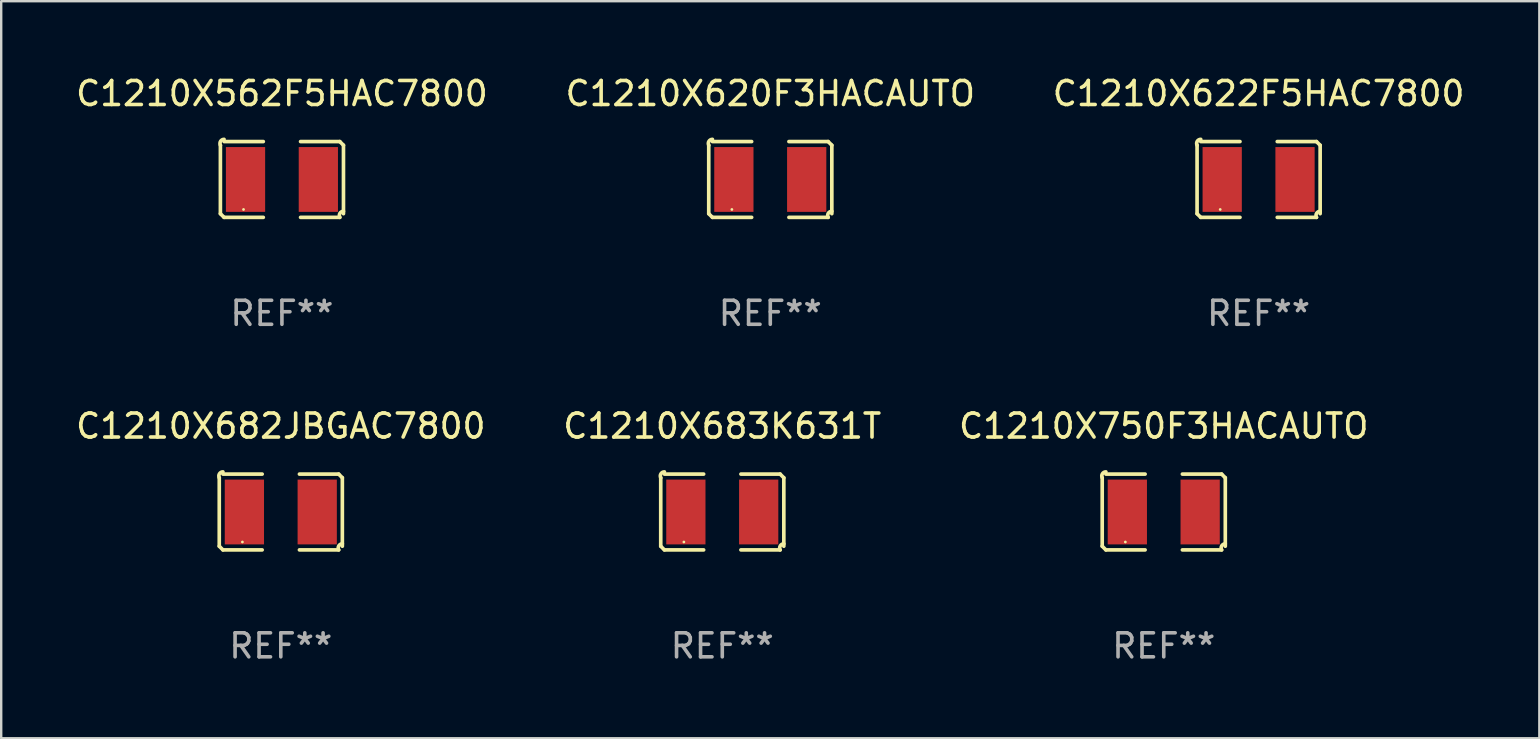
<source format=kicad_pcb>
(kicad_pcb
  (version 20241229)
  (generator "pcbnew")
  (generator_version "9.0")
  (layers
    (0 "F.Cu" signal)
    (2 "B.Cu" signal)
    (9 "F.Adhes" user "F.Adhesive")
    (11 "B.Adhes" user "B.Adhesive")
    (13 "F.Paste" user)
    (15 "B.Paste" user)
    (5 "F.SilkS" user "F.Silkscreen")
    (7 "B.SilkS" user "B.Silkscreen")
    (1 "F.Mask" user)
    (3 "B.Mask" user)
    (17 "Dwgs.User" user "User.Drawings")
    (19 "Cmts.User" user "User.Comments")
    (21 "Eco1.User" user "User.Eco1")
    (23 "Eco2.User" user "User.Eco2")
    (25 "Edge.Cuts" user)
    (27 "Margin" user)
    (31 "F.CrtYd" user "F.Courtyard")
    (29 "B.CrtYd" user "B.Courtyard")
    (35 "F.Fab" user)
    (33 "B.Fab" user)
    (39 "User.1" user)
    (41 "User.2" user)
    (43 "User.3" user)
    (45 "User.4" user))
  (footprint "C1210X683K631T"
    (layer "F.Cu")
    (at 27.042 18.281)
    (property "Reference" "C1210X683K631T" (at 0 -3.579 0) (layer "F.SilkS") (effects (font (size 1 1) (thickness 0.15))))
    (attr through_hole)
    (fp_line (start -2.564 1.426) (end -2.564 -1.426) (stroke (width 0.152) (type solid)) (layer "F.SilkS"))
    (fp_line (start -2.411 -1.579) (end -0.776 -1.579) (stroke (width 0.152) (type solid)) (layer "F.SilkS"))
    (fp_line (start -0.776 1.579) (end -2.411 1.579) (stroke (width 0.152) (type solid)) (layer "F.SilkS"))
    (fp_line (start 0.776 1.579) (end 2.411 1.579) (stroke (width 0.152) (type solid)) (layer "F.SilkS"))
    (fp_line (start 2.411 -1.579) (end 0.776 -1.579) (stroke (width 0.152) (type solid)) (layer "F.SilkS"))
    (fp_line (start 2.564 1.426) (end 2.564 -1.426) (stroke (width 0.152) (type solid)) (layer "F.SilkS"))
    (fp_arc (start -2.563602 -1.426213) (mid -2.555597 -1.591233) (end -2.411201 -1.671518) (stroke (width 0.1524) (type solid)) (layer "F.SilkS"))
    (fp_arc (start -2.5636 1.426214) (mid -2.487389 1.502402) (end -2.411201 1.578613) (stroke (width 0.1524) (type solid)) (layer "F.SilkS"))
    (fp_arc (start 2.411197 -1.578618) (mid 2.487403 -1.502419) (end 2.563602 -1.426213) (stroke (width 0.1524) (type solid)) (layer "F.SilkS"))
    (fp_arc (start 2.411201 1.578613) (mid 2.416214 1.409455) (end 2.563602 1.32629) (stroke (width 0.1524) (type solid)) (layer "F.SilkS"))
    (fp_circle (center -1.6 1.25) (end -1.57 1.25) (stroke (width 0.06) (type solid)) (fill no) (layer "F.SilkS"))
    (fp_text user "REF**" (at 0 5.579 0) (layer "F.Fab") (effects (font (size 1 1) (thickness 0.15))))
    (pad "1" smd rect (at -1.517 0) (size 1.635 2.7) (layers "F.Cu" "F.Mask" "F.Paste"))
    (pad "2" smd rect (at 1.517 0) (size 1.635 2.7) (layers "F.Cu" "F.Mask" "F.Paste")))
  (footprint "C1210X622F5HAC7800"
    (layer "F.Cu")
    (at 49.387 4.427)
    (property "Reference" "C1210X622F5HAC7800" (at 0 -3.579 0) (layer "F.SilkS") (effects (font (size 1 1) (thickness 0.15))))
    (attr through_hole)
    (fp_line (start -2.564 1.426) (end -2.564 -1.426) (stroke (width 0.152) (type solid)) (layer "F.SilkS"))
    (fp_line (start -2.411 -1.579) (end -0.776 -1.579) (stroke (width 0.152) (type solid)) (layer "F.SilkS"))
    (fp_line (start -0.776 1.579) (end -2.411 1.579) (stroke (width 0.152) (type solid)) (layer "F.SilkS"))
    (fp_line (start 0.776 1.579) (end 2.411 1.579) (stroke (width 0.152) (type solid)) (layer "F.SilkS"))
    (fp_line (start 2.411 -1.579) (end 0.776 -1.579) (stroke (width 0.152) (type solid)) (layer "F.SilkS"))
    (fp_line (start 2.564 1.426) (end 2.564 -1.426) (stroke (width 0.152) (type solid)) (layer "F.SilkS"))
    (fp_arc (start -2.563602 -1.426213) (mid -2.555597 -1.591233) (end -2.411201 -1.671518) (stroke (width 0.1524) (type solid)) (layer "F.SilkS"))
    (fp_arc (start -2.5636 1.426214) (mid -2.487389 1.502402) (end -2.411201 1.578613) (stroke (width 0.1524) (type solid)) (layer "F.SilkS"))
    (fp_arc (start 2.411197 -1.578618) (mid 2.487403 -1.502419) (end 2.563602 -1.426213) (stroke (width 0.1524) (type solid)) (layer "F.SilkS"))
    (fp_arc (start 2.411201 1.578613) (mid 2.416214 1.409455) (end 2.563602 1.32629) (stroke (width 0.1524) (type solid)) (layer "F.SilkS"))
    (fp_circle (center -1.6 1.25) (end -1.57 1.25) (stroke (width 0.06) (type solid)) (fill no) (layer "F.SilkS"))
    (fp_text user "REF**" (at 0 5.579 0) (layer "F.Fab") (effects (font (size 1 1) (thickness 0.15))))
    (pad "1" smd rect (at -1.517 0) (size 1.635 2.7) (layers "F.Cu" "F.Mask" "F.Paste"))
    (pad "2" smd rect (at 1.517 0) (size 1.635 2.7) (layers "F.Cu" "F.Mask" "F.Paste")))
  (footprint "C1210X682JBGAC7800"
    (layer "F.Cu")
    (at 8.649 18.281)
    (property "Reference" "C1210X682JBGAC7800" (at 0 -3.579 0) (layer "F.SilkS") (effects (font (size 1 1) (thickness 0.15))))
    (attr through_hole)
    (fp_line (start -2.564 1.426) (end -2.564 -1.426) (stroke (width 0.152) (type solid)) (layer "F.SilkS"))
    (fp_line (start -2.411 -1.579) (end -0.776 -1.579) (stroke (width 0.152) (type solid)) (layer "F.SilkS"))
    (fp_line (start -0.776 1.579) (end -2.411 1.579) (stroke (width 0.152) (type solid)) (layer "F.SilkS"))
    (fp_line (start 0.776 1.579) (end 2.411 1.579) (stroke (width 0.152) (type solid)) (layer "F.SilkS"))
    (fp_line (start 2.411 -1.579) (end 0.776 -1.579) (stroke (width 0.152) (type solid)) (layer "F.SilkS"))
    (fp_line (start 2.564 1.426) (end 2.564 -1.426) (stroke (width 0.152) (type solid)) (layer "F.SilkS"))
    (fp_arc (start -2.563602 -1.426213) (mid -2.555597 -1.591233) (end -2.411201 -1.671518) (stroke (width 0.1524) (type solid)) (layer "F.SilkS"))
    (fp_arc (start -2.5636 1.426214) (mid -2.487389 1.502402) (end -2.411201 1.578613) (stroke (width 0.1524) (type solid)) (layer "F.SilkS"))
    (fp_arc (start 2.411197 -1.578618) (mid 2.487403 -1.502419) (end 2.563602 -1.426213) (stroke (width 0.1524) (type solid)) (layer "F.SilkS"))
    (fp_arc (start 2.411201 1.578613) (mid 2.416214 1.409455) (end 2.563602 1.32629) (stroke (width 0.1524) (type solid)) (layer "F.SilkS"))
    (fp_circle (center -1.6 1.25) (end -1.57 1.25) (stroke (width 0.06) (type solid)) (fill no) (layer "F.SilkS"))
    (fp_text user "REF**" (at 0 5.579 0) (layer "F.Fab") (effects (font (size 1 1) (thickness 0.15))))
    (pad "1" smd rect (at -1.517 0) (size 1.635 2.7) (layers "F.Cu" "F.Mask" "F.Paste"))
    (pad "2" smd rect (at 1.517 0) (size 1.635 2.7) (layers "F.Cu" "F.Mask" "F.Paste")))
  (footprint "C1210X750F3HACAUTO"
    (layer "F.Cu")
    (at 45.435 18.281)
    (property "Reference" "C1210X750F3HACAUTO" (at 0 -3.579 0) (layer "F.SilkS") (effects (font (size 1 1) (thickness 0.15))))
    (attr through_hole)
    (fp_line (start -2.564 1.426) (end -2.564 -1.426) (stroke (width 0.152) (type solid)) (layer "F.SilkS"))
    (fp_line (start -2.411 -1.579) (end -0.776 -1.579) (stroke (width 0.152) (type solid)) (layer "F.SilkS"))
    (fp_line (start -0.776 1.579) (end -2.411 1.579) (stroke (width 0.152) (type solid)) (layer "F.SilkS"))
    (fp_line (start 0.776 1.579) (end 2.411 1.579) (stroke (width 0.152) (type solid)) (layer "F.SilkS"))
    (fp_line (start 2.411 -1.579) (end 0.776 -1.579) (stroke (width 0.152) (type solid)) (layer "F.SilkS"))
    (fp_line (start 2.564 1.426) (end 2.564 -1.426) (stroke (width 0.152) (type solid)) (layer "F.SilkS"))
    (fp_arc (start -2.563602 -1.426213) (mid -2.555597 -1.591233) (end -2.411201 -1.671518) (stroke (width 0.1524) (type solid)) (layer "F.SilkS"))
    (fp_arc (start -2.5636 1.426214) (mid -2.487389 1.502402) (end -2.411201 1.578613) (stroke (width 0.1524) (type solid)) (layer "F.SilkS"))
    (fp_arc (start 2.411197 -1.578618) (mid 2.487403 -1.502419) (end 2.563602 -1.426213) (stroke (width 0.1524) (type solid)) (layer "F.SilkS"))
    (fp_arc (start 2.411201 1.578613) (mid 2.416214 1.409455) (end 2.563602 1.32629) (stroke (width 0.1524) (type solid)) (layer "F.SilkS"))
    (fp_circle (center -1.6 1.25) (end -1.57 1.25) (stroke (width 0.06) (type solid)) (fill no) (layer "F.SilkS"))
    (fp_text user "REF**" (at 0 5.579 0) (layer "F.Fab") (effects (font (size 1 1) (thickness 0.15))))
    (pad "1" smd rect (at -1.517 0) (size 1.635 2.7) (layers "F.Cu" "F.Mask" "F.Paste"))
    (pad "2" smd rect (at 1.517 0) (size 1.635 2.7) (layers "F.Cu" "F.Mask" "F.Paste")))
  (footprint "C1210X620F3HACAUTO"
    (layer "F.Cu")
    (at 29.042 4.427)
    (property "Reference" "C1210X620F3HACAUTO" (at 0 -3.579 0) (layer "F.SilkS") (effects (font (size 1 1) (thickness 0.15))))
    (attr through_hole)
    (fp_line (start -2.564 1.426) (end -2.564 -1.426) (stroke (width 0.152) (type solid)) (layer "F.SilkS"))
    (fp_line (start -2.411 -1.579) (end -0.776 -1.579) (stroke (width 0.152) (type solid)) (layer "F.SilkS"))
    (fp_line (start -0.776 1.579) (end -2.411 1.579) (stroke (width 0.152) (type solid)) (layer "F.SilkS"))
    (fp_line (start 0.776 1.579) (end 2.411 1.579) (stroke (width 0.152) (type solid)) (layer "F.SilkS"))
    (fp_line (start 2.411 -1.579) (end 0.776 -1.579) (stroke (width 0.152) (type solid)) (layer "F.SilkS"))
    (fp_line (start 2.564 1.426) (end 2.564 -1.426) (stroke (width 0.152) (type solid)) (layer "F.SilkS"))
    (fp_arc (start -2.563602 -1.426213) (mid -2.555597 -1.591233) (end -2.411201 -1.671518) (stroke (width 0.1524) (type solid)) (layer "F.SilkS"))
    (fp_arc (start -2.5636 1.426214) (mid -2.487389 1.502402) (end -2.411201 1.578613) (stroke (width 0.1524) (type solid)) (layer "F.SilkS"))
    (fp_arc (start 2.411197 -1.578618) (mid 2.487403 -1.502419) (end 2.563602 -1.426213) (stroke (width 0.1524) (type solid)) (layer "F.SilkS"))
    (fp_arc (start 2.411201 1.578613) (mid 2.416214 1.409455) (end 2.563602 1.32629) (stroke (width 0.1524) (type solid)) (layer "F.SilkS"))
    (fp_circle (center -1.6 1.25) (end -1.57 1.25) (stroke (width 0.06) (type solid)) (fill no) (layer "F.SilkS"))
    (fp_text user "REF**" (at 0 5.579 0) (layer "F.Fab") (effects (font (size 1 1) (thickness 0.15))))
    (pad "1" smd rect (at -1.517 0) (size 1.635 2.7) (layers "F.Cu" "F.Mask" "F.Paste"))
    (pad "2" smd rect (at 1.517 0) (size 1.635 2.7) (layers "F.Cu" "F.Mask" "F.Paste")))
  (footprint "C1210X562F5HAC7800"
    (layer "F.Cu")
    (at 8.696 4.427)
    (property "Reference" "C1210X562F5HAC7800" (at 0 -3.579 0) (layer "F.SilkS") (effects (font (size 1 1) (thickness 0.15))))
    (attr through_hole)
    (fp_line (start -2.564 1.426) (end -2.564 -1.426) (stroke (width 0.152) (type solid)) (layer "F.SilkS"))
    (fp_line (start -2.411 -1.579) (end -0.776 -1.579) (stroke (width 0.152) (type solid)) (layer "F.SilkS"))
    (fp_line (start -0.776 1.579) (end -2.411 1.579) (stroke (width 0.152) (type solid)) (layer "F.SilkS"))
    (fp_line (start 0.776 1.579) (end 2.411 1.579) (stroke (width 0.152) (type solid)) (layer "F.SilkS"))
    (fp_line (start 2.411 -1.579) (end 0.776 -1.579) (stroke (width 0.152) (type solid)) (layer "F.SilkS"))
    (fp_line (start 2.564 1.426) (end 2.564 -1.426) (stroke (width 0.152) (type solid)) (layer "F.SilkS"))
    (fp_arc (start -2.563602 -1.426213) (mid -2.555597 -1.591233) (end -2.411201 -1.671518) (stroke (width 0.1524) (type solid)) (layer "F.SilkS"))
    (fp_arc (start -2.5636 1.426214) (mid -2.487389 1.502402) (end -2.411201 1.578613) (stroke (width 0.1524) (type solid)) (layer "F.SilkS"))
    (fp_arc (start 2.411197 -1.578618) (mid 2.487403 -1.502419) (end 2.563602 -1.426213) (stroke (width 0.1524) (type solid)) (layer "F.SilkS"))
    (fp_arc (start 2.411201 1.578613) (mid 2.416214 1.409455) (end 2.563602 1.32629) (stroke (width 0.1524) (type solid)) (layer "F.SilkS"))
    (fp_circle (center -1.6 1.25) (end -1.57 1.25) (stroke (width 0.06) (type solid)) (fill no) (layer "F.SilkS"))
    (fp_text user "REF**" (at 0 5.579 0) (layer "F.Fab") (effects (font (size 1 1) (thickness 0.15))))
    (pad "1" smd rect (at -1.517 0) (size 1.635 2.7) (layers "F.Cu" "F.Mask" "F.Paste"))
    (pad "2" smd rect (at 1.517 0) (size 1.635 2.7) (layers "F.Cu" "F.Mask" "F.Paste")))
  (gr_rect
    (start -3 -3)
    (end 61.083 27.707)
    (stroke (width 0.1) (type default))
    (fill no)
    (layer "Edge.Cuts")))
</source>
